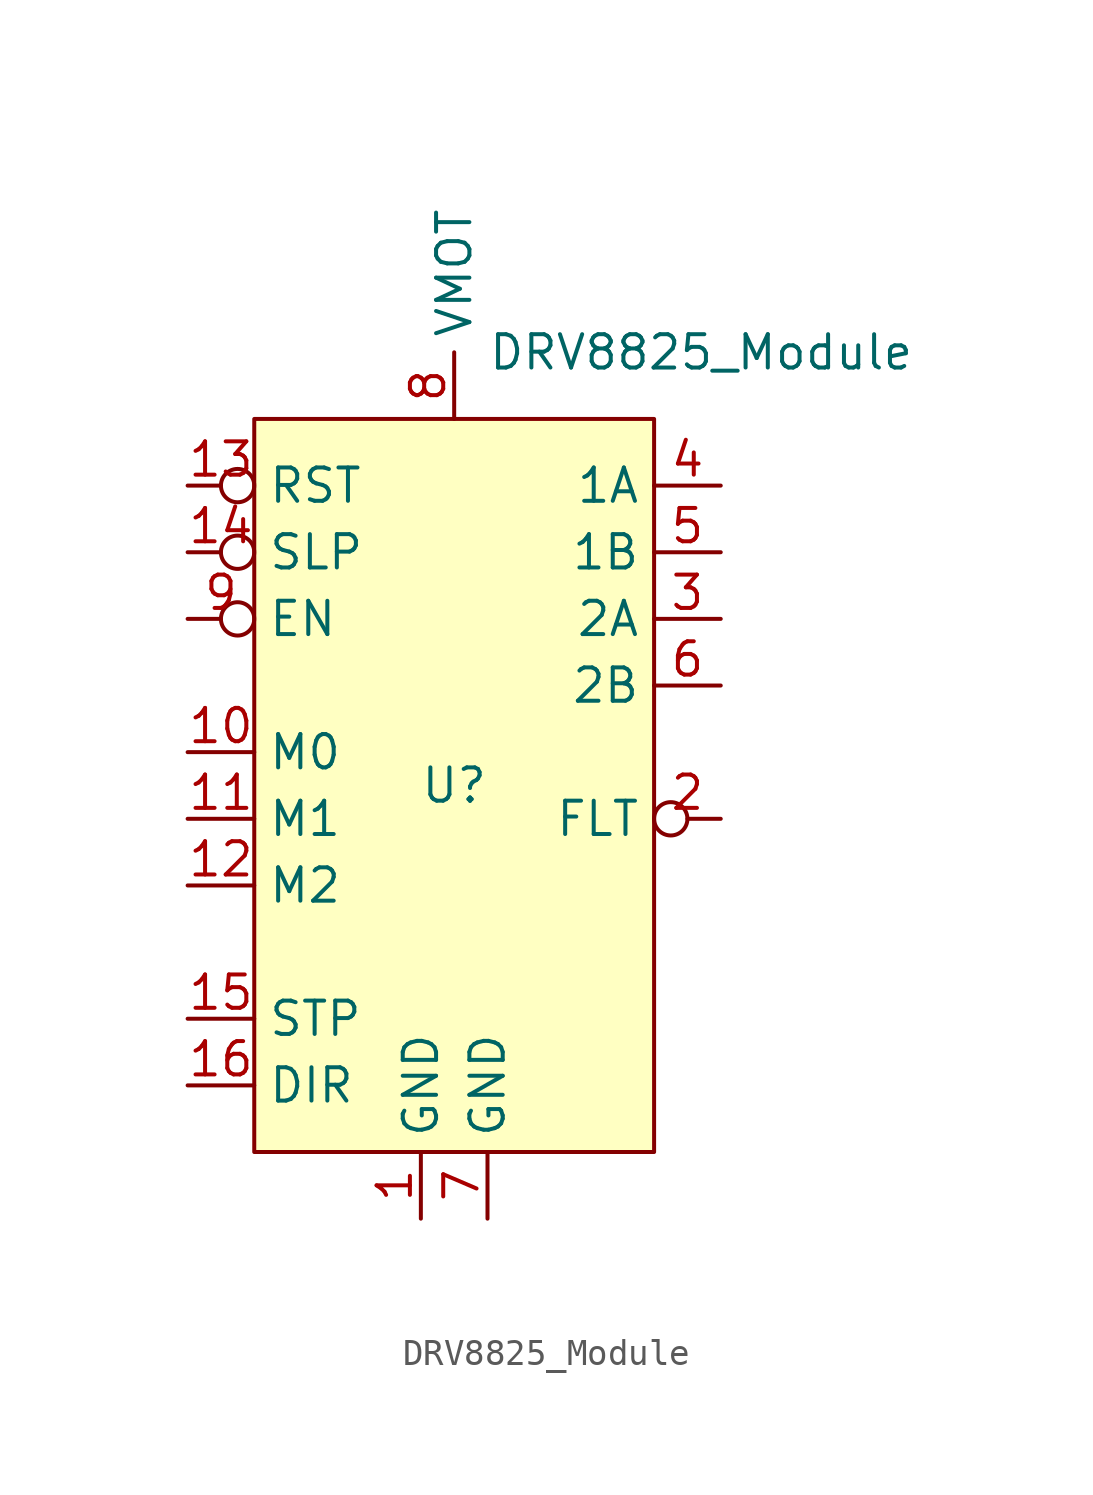
<source format=kicad_sym>
(kicad_symbol_lib
  (version 20211014)
  (generator kicad_symbol_editor)
  (symbol "DRV8825_Module"
    (property "Reference" "U"
      (at 0 0 0)
      (effects (font (size 1.27 1.27))))
    (property "Value" "DRV8825_Module"
      (at 1.27 16.51 0)
      (effects (font (size 1.27 1.27)) (justify left)))
    (symbol "DRV8825_Module_0_0"
      (pin power_in line (at -1.27 -16.51 90) (length 2.54) (name "GND" (effects (font (size 1.27 1.27)))) (number "1" (effects (font (size 1.27 1.27)))))
      (pin input line (at -10.16 1.27 0) (length 2.54) (name "M0" (effects (font (size 1.27 1.27)))) (number "10" (effects (font (size 1.27 1.27)))))
      (pin input line (at -10.16 -1.27 0) (length 2.54) (name "M1" (effects (font (size 1.27 1.27)))) (number "11" (effects (font (size 1.27 1.27)))))
      (pin input line (at -10.16 -3.81 0) (length 2.54) (name "M2" (effects (font (size 1.27 1.27)))) (number "12" (effects (font (size 1.27 1.27)))))
      (pin input inverted (at -10.16 11.43 0) (length 2.54) (name "RST" (effects (font (size 1.27 1.27)))) (number "13" (effects (font (size 1.27 1.27)))))
      (pin input inverted (at -10.16 8.89 0) (length 2.54) (name "SLP" (effects (font (size 1.27 1.27)))) (number "14" (effects (font (size 1.27 1.27)))))
      (pin input line (at -10.16 -8.89 0) (length 2.54) (name "STP" (effects (font (size 1.27 1.27)))) (number "15" (effects (font (size 1.27 1.27)))))
      (pin input line (at -10.16 -11.43 0) (length 2.54) (name "DIR" (effects (font (size 1.27 1.27)))) (number "16" (effects (font (size 1.27 1.27)))))
      (pin output inverted (at 10.16 -1.27 180) (length 2.54) (name "FLT" (effects (font (size 1.27 1.27)))) (number "2" (effects (font (size 1.27 1.27)))))
      (pin output line (at 10.16 6.35 180) (length 2.54) (name "2A" (effects (font (size 1.27 1.27)))) (number "3" (effects (font (size 1.27 1.27)))))
      (pin output line (at 10.16 11.43 180) (length 2.54) (name "1A" (effects (font (size 1.27 1.27)))) (number "4" (effects (font (size 1.27 1.27)))))
      (pin output line (at 10.16 8.89 180) (length 2.54) (name "1B" (effects (font (size 1.27 1.27)))) (number "5" (effects (font (size 1.27 1.27)))))
      (pin output line (at 10.16 3.81 180) (length 2.54) (name "2B" (effects (font (size 1.27 1.27)))) (number "6" (effects (font (size 1.27 1.27)))))
      (pin power_in line (at 1.27 -16.51 90) (length 2.54) (name "GND" (effects (font (size 1.27 1.27)))) (number "7" (effects (font (size 1.27 1.27)))))
      (pin power_in line (at 0 13.97 90) (length 2.54) (name "VMOT" (effects (font (size 1.27 1.27)))) (number "8" (effects (font (size 1.27 1.27)))))
      (pin input inverted (at -10.16 6.35 0) (length 2.54) (name "EN" (effects (font (size 1.27 1.27)))) (number "9" (effects (font (size 1.27 1.27))))))
    (symbol "DRV8825_Module_0_1"
      (rectangle (start -7.62 13.97) (end 7.62 -13.97) (stroke (width 0) (type default) (color 0 0 0 0)) (fill (type background))))))
</source>
